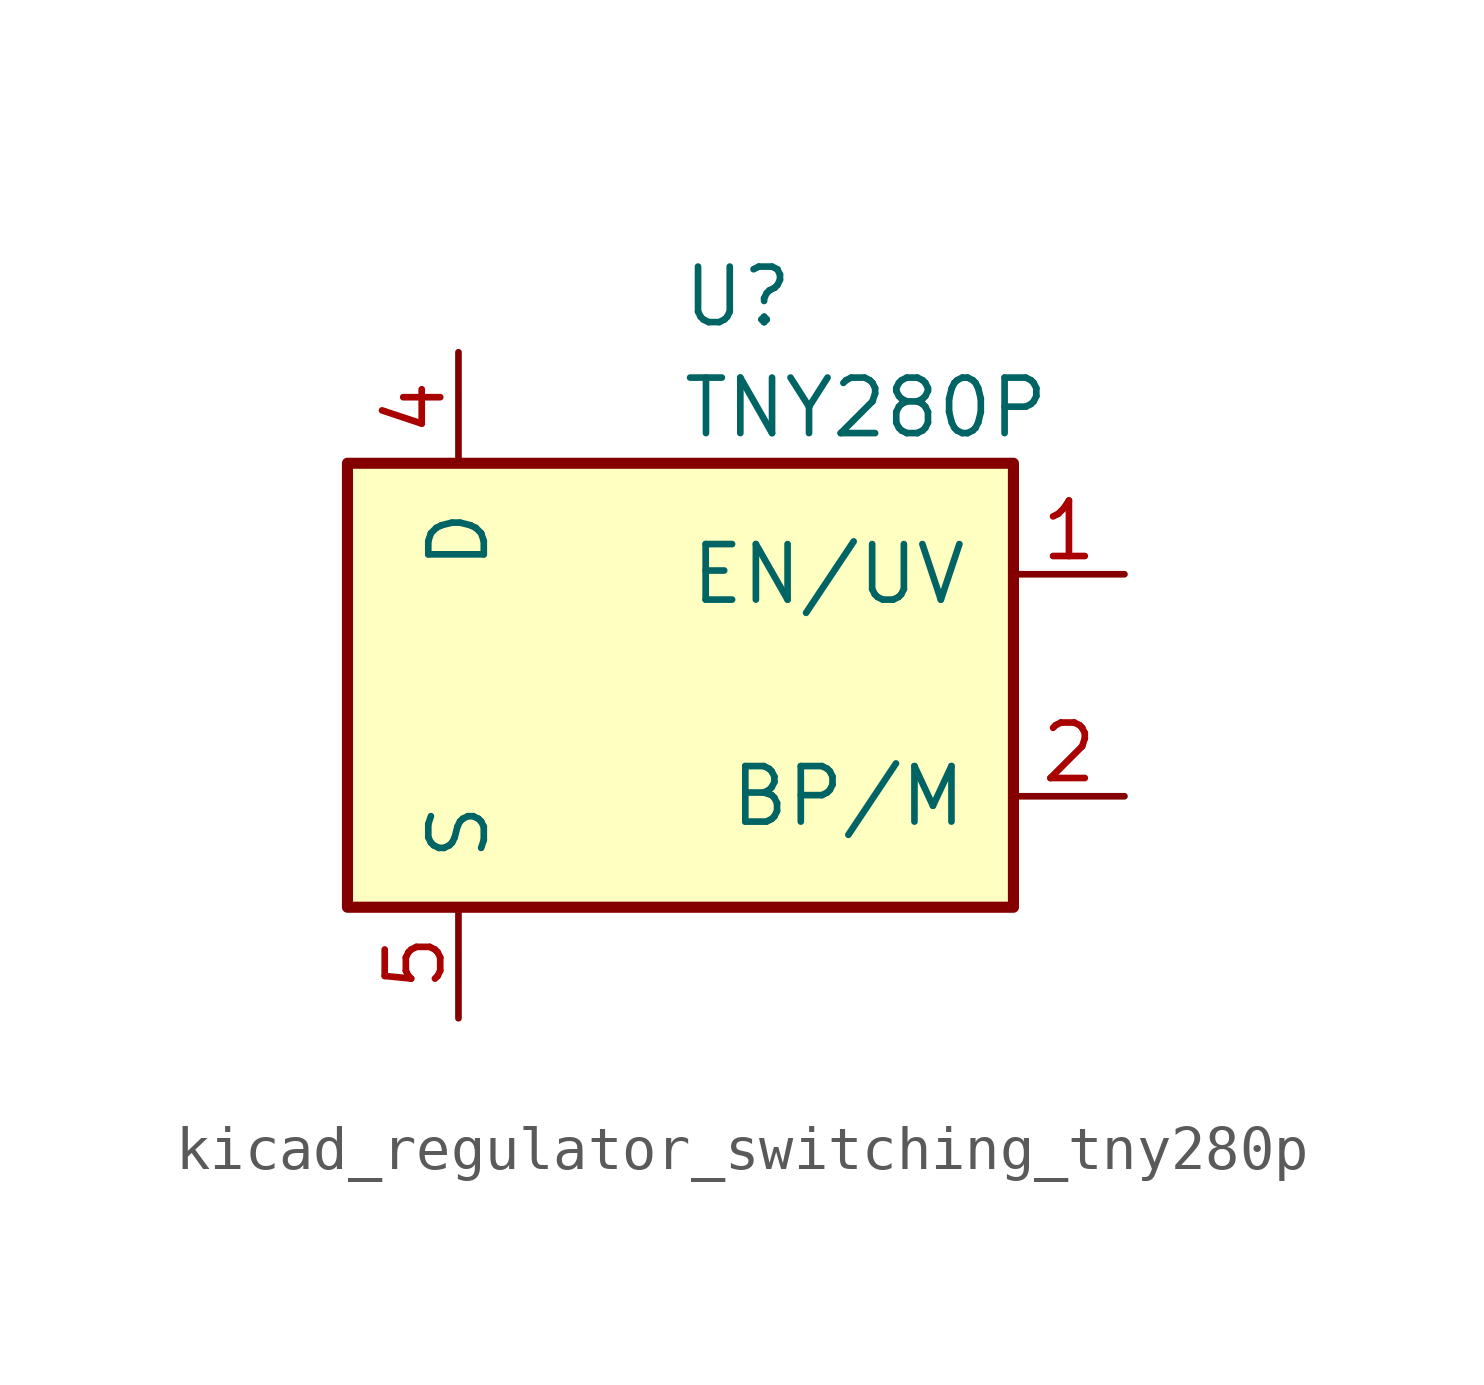
<source format=kicad_sym>
(kicad_symbol_lib
  (version 20220914)
  (generator kicad_symbol_editor)
  (symbol "kicad_regulator_switching_tny280p"
    (pin_names
      (offset 1.016))
    (property "Reference" "U"
      (at 0 8.89 0)
      (effects (font (size 1.27 1.27)) (justify left)))
    (property "Value" "TNY280P"
      (at 0 6.35 0)
      (effects (font (size 1.27 1.27)) (justify left)))
    (symbol "kicad_regulator_switching_tny280p_0_1"
      (rectangle (start -7.62 5.08) (end 7.62 -5.08) (stroke (width 0.254) (type default)) (fill (type background))))
    (symbol "kicad_regulator_switching_tny280p_1_1"
      (pin input line (at 10.16 2.54 180) (length 2.54) (name "EN/UV" (effects (font (size 1.27 1.27)))) (number "1" (effects (font (size 1.27 1.27)))))
      (pin input line (at 10.16 -2.54 180) (length 2.54) (name "BP/M" (effects (font (size 1.27 1.27)))) (number "2" (effects (font (size 1.27 1.27)))))
      (pin open_collector line (at -5.08 7.62 270) (length 2.54) (name "D" (effects (font (size 1.27 1.27)))) (number "4" (effects (font (size 1.27 1.27)))))
      (pin power_in line (at -5.08 -7.62 90) (length 2.54) (name "S" (effects (font (size 1.27 1.27)))) (number "5" (effects (font (size 1.27 1.27)))))
      (pin passive line (at -5.08 -7.62 90) (length 2.54) hide (name "S" (effects (font (size 1.27 1.27)))) (number "6" (effects (font (size 1.27 1.27)))))
      (pin passive line (at -5.08 -7.62 90) (length 2.54) hide (name "S" (effects (font (size 1.27 1.27)))) (number "7" (effects (font (size 1.27 1.27)))))
      (pin passive line (at -5.08 -7.62 90) (length 2.54) hide (name "S" (effects (font (size 1.27 1.27)))) (number "8" (effects (font (size 1.27 1.27))))))))
</source>
